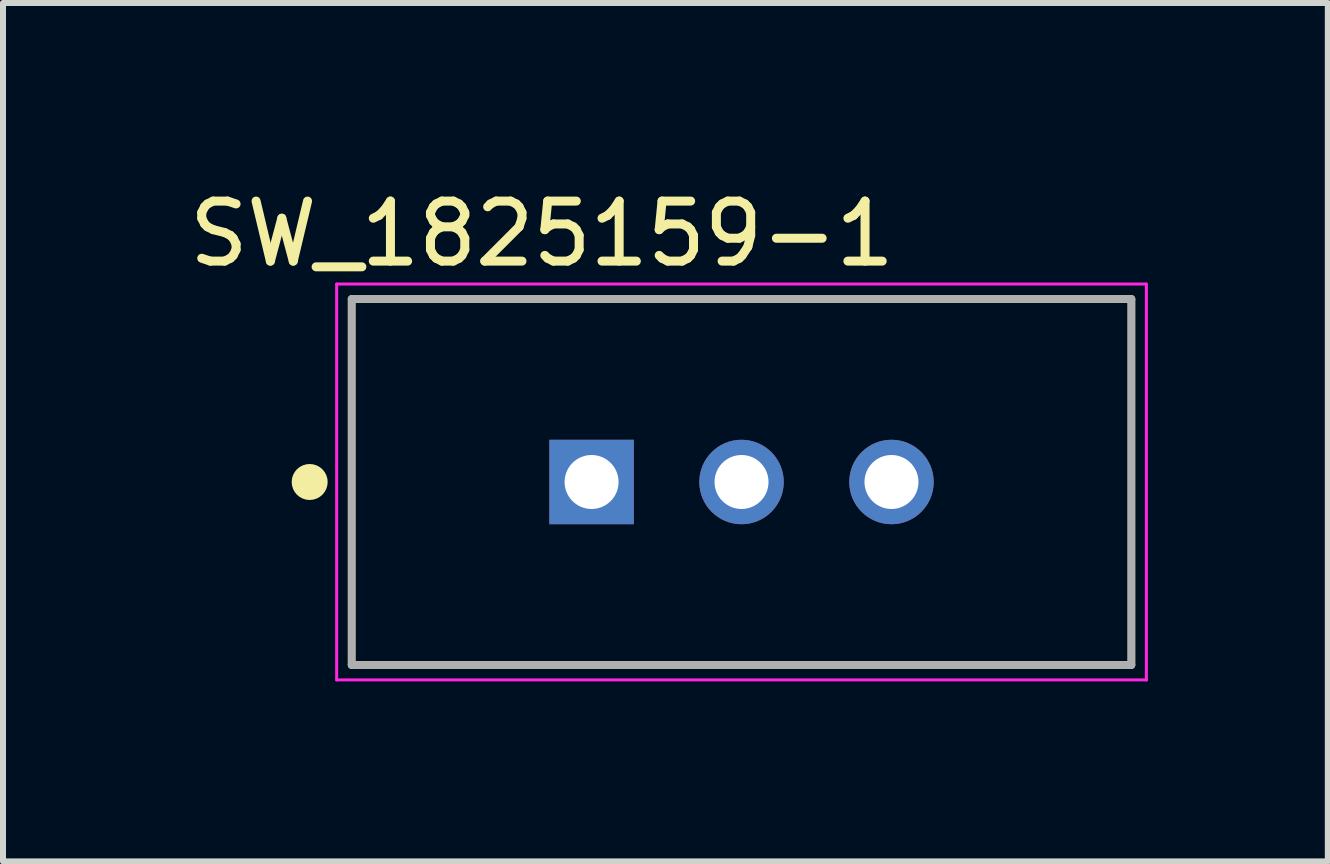
<source format=kicad_pcb>
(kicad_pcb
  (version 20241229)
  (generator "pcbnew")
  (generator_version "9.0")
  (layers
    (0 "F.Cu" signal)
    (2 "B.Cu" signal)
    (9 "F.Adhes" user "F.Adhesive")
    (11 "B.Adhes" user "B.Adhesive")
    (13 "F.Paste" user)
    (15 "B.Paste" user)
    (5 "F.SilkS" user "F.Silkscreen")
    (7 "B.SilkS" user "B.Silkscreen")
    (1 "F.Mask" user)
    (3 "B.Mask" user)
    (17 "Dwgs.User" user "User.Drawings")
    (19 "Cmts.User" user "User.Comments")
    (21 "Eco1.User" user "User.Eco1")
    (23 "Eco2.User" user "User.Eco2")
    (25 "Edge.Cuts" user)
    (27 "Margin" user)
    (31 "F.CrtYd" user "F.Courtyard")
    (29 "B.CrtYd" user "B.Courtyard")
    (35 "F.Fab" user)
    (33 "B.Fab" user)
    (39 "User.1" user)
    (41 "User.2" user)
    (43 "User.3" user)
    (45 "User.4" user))
  (footprint "SW_1825159-1"
    (layer "F.Cu")
    (at 9.313 4.986)
    (property "Reference" "SW_1825159-1" (at -3.327 -4.138 0) (layer "F.SilkS") (effects (font (size 1.001 1.001) (thickness 0.15))))
    (attr through_hole)
    (fp_line (start -6.5 -3.05) (end -6.5 3.05) (stroke (width 0.127) (type solid)) (layer "F.SilkS"))
    (fp_line (start -6.5 3.05) (end 6.5 3.05) (stroke (width 0.127) (type solid)) (layer "F.SilkS"))
    (fp_line (start 6.5 -3.05) (end -6.5 -3.05) (stroke (width 0.127) (type solid)) (layer "F.SilkS"))
    (fp_line (start 6.5 3.05) (end 6.5 -3.05) (stroke (width 0.127) (type solid)) (layer "F.SilkS"))
    (fp_circle (center -7.2 0) (end -7.05 0) (stroke (width 0.3) (type solid)) (fill no) (layer "F.SilkS"))
    (fp_line (start -6.75 -3.3) (end 6.75 -3.3) (stroke (width 0.05) (type solid)) (layer "F.CrtYd"))
    (fp_line (start -6.75 3.3) (end -6.75 -3.3) (stroke (width 0.05) (type solid)) (layer "F.CrtYd"))
    (fp_line (start 6.75 -3.3) (end 6.75 3.3) (stroke (width 0.05) (type solid)) (layer "F.CrtYd"))
    (fp_line (start 6.75 3.3) (end -6.75 3.3) (stroke (width 0.05) (type solid)) (layer "F.CrtYd"))
    (fp_line (start -6.5 -3.05) (end 6.5 -3.05) (stroke (width 0.127) (type solid)) (layer "F.Fab"))
    (fp_line (start -6.5 3.05) (end -6.5 -3.05) (stroke (width 0.127) (type solid)) (layer "F.Fab"))
    (fp_line (start 6.5 -3.05) (end 6.5 3.05) (stroke (width 0.127) (type solid)) (layer "F.Fab"))
    (fp_line (start 6.5 3.05) (end -6.5 3.05) (stroke (width 0.127) (type solid)) (layer "F.Fab"))
    (pad "1" thru_hole rect (at -2.5 0) (size 1.408 1.408) (drill 0.9) (layers "*.Cu" "*.Mask"))
    (pad "2" thru_hole circle (at 0 0) (size 1.408 1.408) (drill 0.9) (layers "*.Cu" "*.Mask"))
    (pad "3" thru_hole circle (at 2.5 0) (size 1.408 1.408) (drill 0.9) (layers "*.Cu" "*.Mask")))
  (gr_rect
    (start -3 -3)
    (end 19.088 11.311)
    (stroke (width 0.1) (type default))
    (fill no)
    (layer "Edge.Cuts")))
</source>
